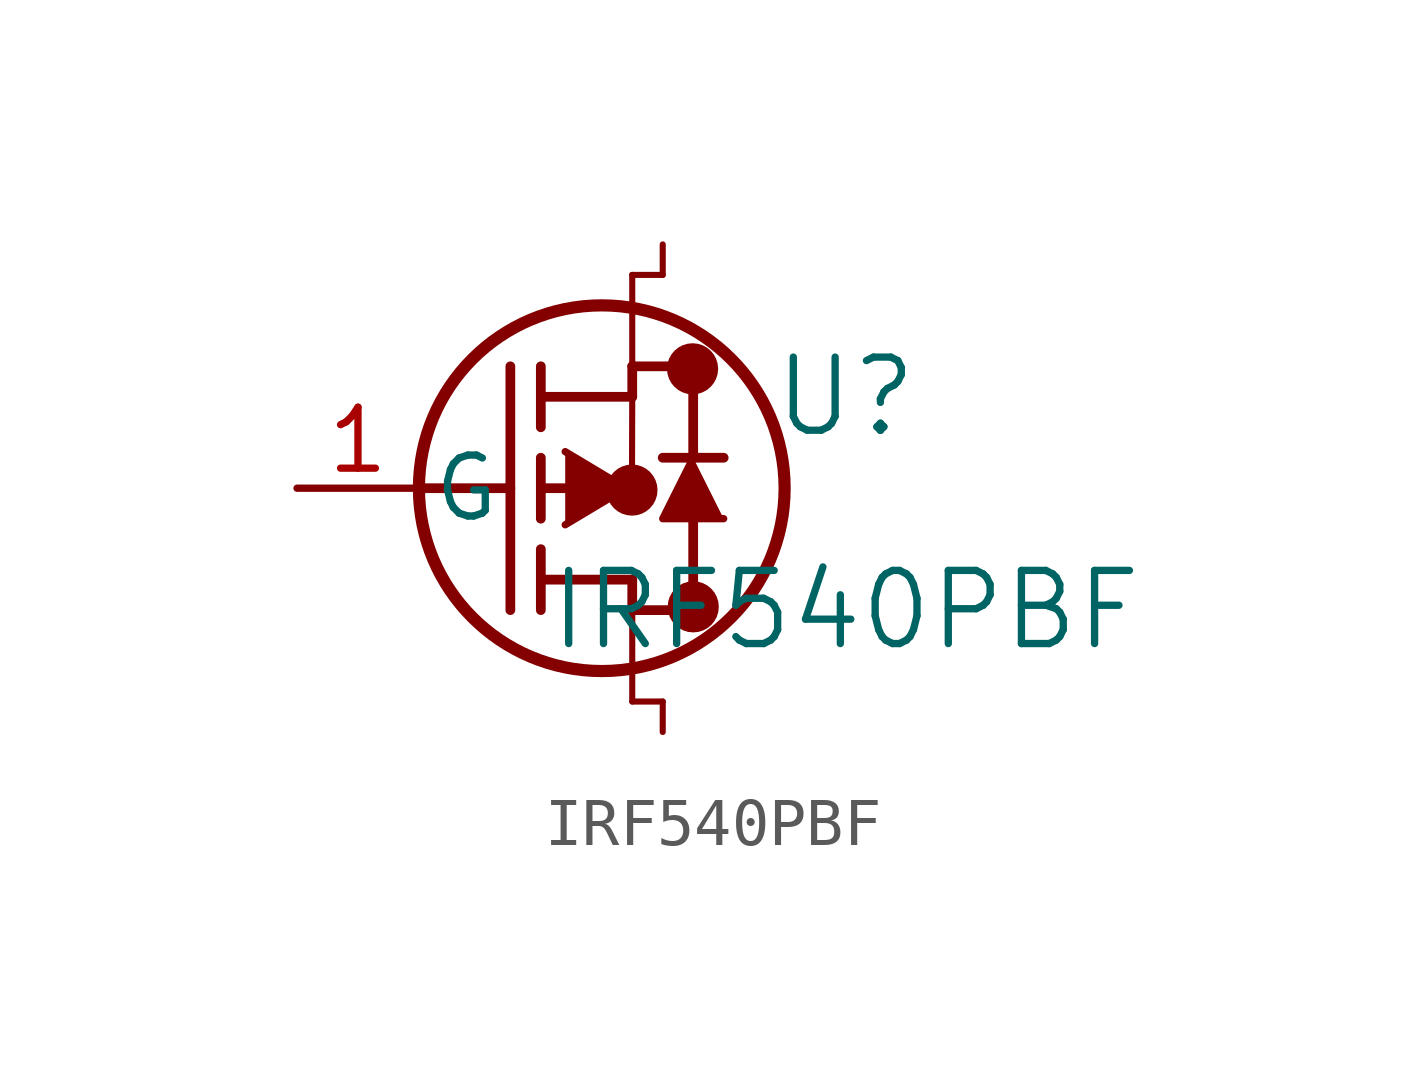
<source format=kicad_sym>
(kicad_symbol_lib
  (version 20211014)
  (generator kicad_symbol_editor)
  (symbol "IRF540PBF"
    (pin_names
      (offset 0.254))
    (property "Reference" "U"
      (at 11.43 1.905 0)
      (effects (font (size 1.524 1.524))))
    (property "Value" "IRF540PBF"
      (at 11.43 -2.54 0)
      (effects (font (size 1.524 1.524))))
    (symbol "IRF540PBF_0_1"
      (circle (center 8.242 2.488) (radius 0.025) (stroke (width 0.508) (type default) (color 0 0 0 0)) (fill (type none)))
      (circle (center 8.256 -2.472) (radius 0.025) (stroke (width 0.508) (type default) (color 0 0 0 0)) (fill (type none)))
      (circle (center 6.979 -0.039) (radius 0.025) (stroke (width 0.508) (type default) (color 0 0 0 0)) (fill (type none)))
      (circle (center 6.35 0) (radius 3.81) (stroke (width 0.254) (type default) (color 0 0 0 0)) (fill (type none)))
      (polyline (pts (xy 2.54 0) (xy 4.445 0)) (stroke (width 0.203) (type default) (color 0 0 0 0)) (fill (type none)))
      (polyline (pts (xy 4.445 -2.54) (xy 4.445 2.54)) (stroke (width 0.203) (type default) (color 0 0 0 0)) (fill (type none)))
      (polyline (pts (xy 5.08 -0.635) (xy 5.08 0.635)) (stroke (width 0.203) (type default) (color 0 0 0 0)) (fill (type none)))
      (polyline (pts (xy 5.08 -2.54) (xy 5.08 -1.27)) (stroke (width 0.203) (type default) (color 0 0 0 0)) (fill (type none)))
      (polyline (pts (xy 5.08 1.27) (xy 5.08 2.54)) (stroke (width 0.203) (type default) (color 0 0 0 0)) (fill (type none)))
      (polyline (pts (xy 5.08 0) (xy 5.842 0)) (stroke (width 0.203) (type default) (color 0 0 0 0)) (fill (type none)))
      (polyline (pts (xy 5.08 -1.905) (xy 6.985 -1.905)) (stroke (width 0.203) (type default) (color 0 0 0 0)) (fill (type none)))
      (polyline (pts (xy 6.985 -2.54) (xy 6.985 -1.905)) (stroke (width 0.203) (type default) (color 0 0 0 0)) (fill (type none)))
      (polyline (pts (xy 6.985 -2.54) (xy 8.255 -2.54)) (stroke (width 0.203) (type default) (color 0 0 0 0)) (fill (type none)))
      (polyline (pts (xy 5.08 1.905) (xy 6.985 1.905)) (stroke (width 0.203) (type default) (color 0 0 0 0)) (fill (type none)))
      (polyline (pts (xy 8.255 0.635) (xy 8.255 2.54)) (stroke (width 0.203) (type default) (color 0 0 0 0)) (fill (type none)))
      (polyline (pts (xy 5.588 0.762) (xy 6.858 0) (xy 5.588 -0.762)) (stroke (width 0) (type default) (color 0 0 0 0)) (fill (type outline)))
      (polyline (pts (xy 8.89 -0.635) (xy 7.62 -0.635) (xy 8.255 0.635)) (stroke (width 0) (type default) (color 0 0 0 0)) (fill (type outline)))
      (polyline (pts (xy 8.255 -2.54) (xy 8.255 -0.635)) (stroke (width 0.203) (type default) (color 0 0 0 0)) (fill (type none)))
      (polyline (pts (xy 8.89 0.635) (xy 7.62 0.635)) (stroke (width 0.203) (type default) (color 0 0 0 0)) (fill (type none)))
      (polyline (pts (xy 6.985 2.54) (xy 8.255 2.54)) (stroke (width 0.203) (type default) (color 0 0 0 0)) (fill (type none)))
      (polyline (pts (xy 6.985 1.905) (xy 6.985 2.54)) (stroke (width 0.203) (type default) (color 0 0 0 0)) (fill (type none)))
      (polyline (pts (xy 6.985 1.905) (xy 6.979 -0.039)) (stroke (width 0.127) (type default) (color 0 0 0 0)) (fill (type none)))
      (polyline (pts (xy 6.979 -0.039) (xy 6.604 0)) (stroke (width 0.127) (type default) (color 0 0 0 0)) (fill (type none)))
      (polyline (pts (xy 7.62 -4.445) (xy 7.62 -5.08)) (stroke (width 0.127) (type default) (color 0 0 0 0)) (fill (type none)))
      (polyline (pts (xy 7.62 -4.445) (xy 6.985 -4.445)) (stroke (width 0.127) (type default) (color 0 0 0 0)) (fill (type none)))
      (polyline (pts (xy 6.985 -2.54) (xy 6.985 -4.445)) (stroke (width 0.127) (type default) (color 0 0 0 0)) (fill (type none)))
      (polyline (pts (xy 7.62 5.08) (xy 7.62 4.445)) (stroke (width 0.127) (type default) (color 0 0 0 0)) (fill (type none)))
      (polyline (pts (xy 7.62 4.445) (xy 6.985 4.445)) (stroke (width 0.127) (type default) (color 0 0 0 0)) (fill (type none)))
      (polyline (pts (xy 6.985 4.445) (xy 6.985 2.54)) (stroke (width 0.127) (type default) (color 0 0 0 0)) (fill (type none)))
      (pin unspecified line (at 0 0 0) (length 2.54) (name "G" (effects (font (size 1.27 1.27)))) (number "1" (effects (font (size 1.27 1.27))))))))
</source>
